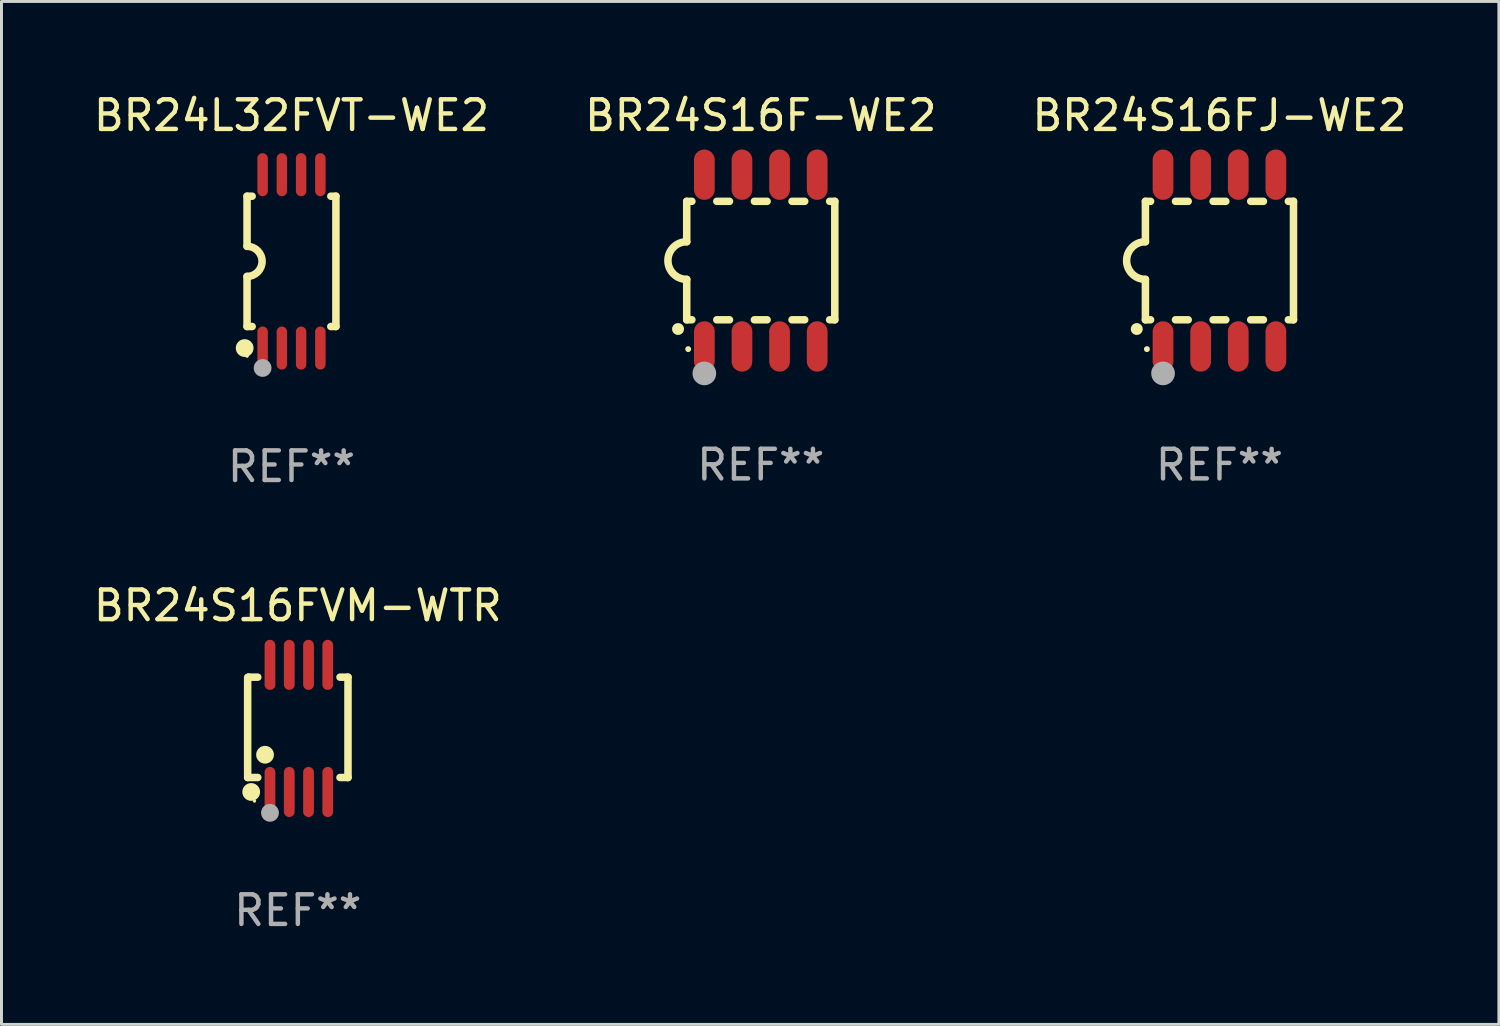
<source format=kicad_pcb>
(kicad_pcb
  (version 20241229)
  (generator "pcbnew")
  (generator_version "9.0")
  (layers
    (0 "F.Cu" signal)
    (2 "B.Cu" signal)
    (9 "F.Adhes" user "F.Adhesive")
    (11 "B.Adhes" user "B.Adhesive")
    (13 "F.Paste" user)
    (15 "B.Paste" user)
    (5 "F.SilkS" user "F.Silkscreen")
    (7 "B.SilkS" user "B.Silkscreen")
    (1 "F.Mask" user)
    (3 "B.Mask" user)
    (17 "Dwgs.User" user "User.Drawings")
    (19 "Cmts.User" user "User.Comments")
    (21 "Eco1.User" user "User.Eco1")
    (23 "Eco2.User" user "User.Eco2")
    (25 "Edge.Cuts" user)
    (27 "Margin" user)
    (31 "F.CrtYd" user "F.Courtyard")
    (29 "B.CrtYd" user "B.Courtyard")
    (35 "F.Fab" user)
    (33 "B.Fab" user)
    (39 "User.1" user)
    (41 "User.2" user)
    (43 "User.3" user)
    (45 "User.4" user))
  (footprint "BR24S16FJ-WE2"
    (layer "F.Cu")
    (at 38.125 5.748)
    (property "Reference" "BR24S16FJ-WE2" (at 0 -4.9 0) (layer "F.SilkS") (effects (font (size 1 1) (thickness 0.15))))
    (attr through_hole)
    (fp_line (start -2.5 -2) (end -2.5 -0.635) (stroke (width 0.254) (type solid)) (layer "F.SilkS"))
    (fp_line (start -2.5 -2) (end -2.326 -2) (stroke (width 0.254) (type solid)) (layer "F.SilkS"))
    (fp_line (start -2.5 2) (end -2.5 0.635) (stroke (width 0.254) (type solid)) (layer "F.SilkS"))
    (fp_line (start -2.5 2) (end -2.326 2) (stroke (width 0.254) (type solid)) (layer "F.SilkS"))
    (fp_line (start -1.484 -2) (end -1.056 -2) (stroke (width 0.254) (type solid)) (layer "F.SilkS"))
    (fp_line (start -1.484 2) (end -1.056 2) (stroke (width 0.254) (type solid)) (layer "F.SilkS"))
    (fp_line (start -0.214 -2) (end 0.214 -2) (stroke (width 0.254) (type solid)) (layer "F.SilkS"))
    (fp_line (start -0.214 2) (end 0.214 2) (stroke (width 0.254) (type solid)) (layer "F.SilkS"))
    (fp_line (start 1.056 -2) (end 1.484 -2) (stroke (width 0.254) (type solid)) (layer "F.SilkS"))
    (fp_line (start 1.056 2) (end 1.484 2) (stroke (width 0.254) (type solid)) (layer "F.SilkS"))
    (fp_line (start 2.326 -2) (end 2.5 -2) (stroke (width 0.254) (type solid)) (layer "F.SilkS"))
    (fp_line (start 2.326 2) (end 2.5 2) (stroke (width 0.254) (type solid)) (layer "F.SilkS"))
    (fp_line (start 2.5 -2) (end 2.5 2) (stroke (width 0.254) (type solid)) (layer "F.SilkS"))
    (fp_arc (start -2.794006 2.311405) (mid -2.792736 2.311401) (end -2.791466 2.311405) (stroke (width 0.4) (type solid)) (layer "F.SilkS"))
    (fp_arc (start -2.5 0.635001) (mid -3.134366 -0.000318) (end -2.499365 -0.635001) (stroke (width 0.254001) (type solid)) (layer "F.SilkS"))
    (fp_circle (center -2.45 2.99) (end -2.4 2.99) (stroke (width 0.1) (type solid)) (fill no) (layer "F.SilkS"))
    (fp_circle (center -1.905 3.81) (end -1.705 3.81) (stroke (width 0.4) (type solid)) (fill no) (layer "F.Fab"))
    (fp_text user "REF**" (at 0 6.9 0) (layer "F.Fab") (effects (font (size 1 1) (thickness 0.15))))
    (pad "1" smd oval (at -1.905 2.9 180) (size 0.7 1.7) (layers "F.Cu" "F.Mask" "F.Paste"))
    (pad "2" smd oval (at -0.635 2.9 180) (size 0.7 1.7) (layers "F.Cu" "F.Mask" "F.Paste"))
    (pad "3" smd oval (at 0.635 2.9 180) (size 0.7 1.7) (layers "F.Cu" "F.Mask" "F.Paste"))
    (pad "4" smd oval (at 1.905 2.9 180) (size 0.7 1.7) (layers "F.Cu" "F.Mask" "F.Paste"))
    (pad "5" smd oval (at 1.905 -2.9 180) (size 0.7 1.7) (layers "F.Cu" "F.Mask" "F.Paste"))
    (pad "6" smd oval (at 0.635 -2.9 180) (size 0.7 1.7) (layers "F.Cu" "F.Mask" "F.Paste"))
    (pad "7" smd oval (at -0.635 -2.9 180) (size 0.7 1.7) (layers "F.Cu" "F.Mask" "F.Paste"))
    (pad "8" smd oval (at -1.905 -2.9 180) (size 0.7 1.7) (layers "F.Cu" "F.Mask" "F.Paste")))
  (footprint "BR24S16F-WE2"
    (layer "F.Cu")
    (at 22.637 5.748)
    (property "Reference" "BR24S16F-WE2" (at 0 -4.9 0) (layer "F.SilkS") (effects (font (size 1 1) (thickness 0.15))))
    (attr through_hole)
    (fp_line (start -2.5 -2) (end -2.5 -0.635) (stroke (width 0.254) (type solid)) (layer "F.SilkS"))
    (fp_line (start -2.5 -2) (end -2.326 -2) (stroke (width 0.254) (type solid)) (layer "F.SilkS"))
    (fp_line (start -2.5 2) (end -2.5 0.635) (stroke (width 0.254) (type solid)) (layer "F.SilkS"))
    (fp_line (start -2.5 2) (end -2.326 2) (stroke (width 0.254) (type solid)) (layer "F.SilkS"))
    (fp_line (start -1.484 -2) (end -1.056 -2) (stroke (width 0.254) (type solid)) (layer "F.SilkS"))
    (fp_line (start -1.484 2) (end -1.056 2) (stroke (width 0.254) (type solid)) (layer "F.SilkS"))
    (fp_line (start -0.214 -2) (end 0.214 -2) (stroke (width 0.254) (type solid)) (layer "F.SilkS"))
    (fp_line (start -0.214 2) (end 0.214 2) (stroke (width 0.254) (type solid)) (layer "F.SilkS"))
    (fp_line (start 1.056 -2) (end 1.484 -2) (stroke (width 0.254) (type solid)) (layer "F.SilkS"))
    (fp_line (start 1.056 2) (end 1.484 2) (stroke (width 0.254) (type solid)) (layer "F.SilkS"))
    (fp_line (start 2.326 -2) (end 2.5 -2) (stroke (width 0.254) (type solid)) (layer "F.SilkS"))
    (fp_line (start 2.326 2) (end 2.5 2) (stroke (width 0.254) (type solid)) (layer "F.SilkS"))
    (fp_line (start 2.5 -2) (end 2.5 2) (stroke (width 0.254) (type solid)) (layer "F.SilkS"))
    (fp_arc (start -2.794006 2.311405) (mid -2.792736 2.311401) (end -2.791466 2.311405) (stroke (width 0.4) (type solid)) (layer "F.SilkS"))
    (fp_arc (start -2.5 0.635001) (mid -3.134366 -0.000318) (end -2.499365 -0.635001) (stroke (width 0.254001) (type solid)) (layer "F.SilkS"))
    (fp_circle (center -2.45 2.99) (end -2.4 2.99) (stroke (width 0.1) (type solid)) (fill no) (layer "F.SilkS"))
    (fp_circle (center -1.905 3.81) (end -1.705 3.81) (stroke (width 0.4) (type solid)) (fill no) (layer "F.Fab"))
    (fp_text user "REF**" (at 0 6.9 0) (layer "F.Fab") (effects (font (size 1 1) (thickness 0.15))))
    (pad "1" smd oval (at -1.905 2.9 180) (size 0.7 1.7) (layers "F.Cu" "F.Mask" "F.Paste"))
    (pad "2" smd oval (at -0.635 2.9 180) (size 0.7 1.7) (layers "F.Cu" "F.Mask" "F.Paste"))
    (pad "3" smd oval (at 0.635 2.9 180) (size 0.7 1.7) (layers "F.Cu" "F.Mask" "F.Paste"))
    (pad "4" smd oval (at 1.905 2.9 180) (size 0.7 1.7) (layers "F.Cu" "F.Mask" "F.Paste"))
    (pad "5" smd oval (at 1.905 -2.9 180) (size 0.7 1.7) (layers "F.Cu" "F.Mask" "F.Paste"))
    (pad "6" smd oval (at 0.635 -2.9 180) (size 0.7 1.7) (layers "F.Cu" "F.Mask" "F.Paste"))
    (pad "7" smd oval (at -0.635 -2.9 180) (size 0.7 1.7) (layers "F.Cu" "F.Mask" "F.Paste"))
    (pad "8" smd oval (at -1.905 -2.9 180) (size 0.7 1.7) (layers "F.Cu" "F.Mask" "F.Paste")))
  (footprint "BR24S16FVM-WTR"
    (layer "F.Cu")
    (at 7.006 21.545)
    (property "Reference" "BR24S16FVM-WTR" (at 0 -4.146 0) (layer "F.SilkS") (effects (font (size 1 1) (thickness 0.15))))
    (attr through_hole)
    (fp_line (start -1.694 -1.724) (end -1.694 1.652) (stroke (width 0.254) (type solid)) (layer "F.SilkS"))
    (fp_line (start -1.694 1.652) (end -1.688 1.658) (stroke (width 0.254) (type solid)) (layer "F.SilkS"))
    (fp_line (start -1.688 1.658) (end -1.353 1.658) (stroke (width 0.254) (type solid)) (layer "F.SilkS"))
    (fp_line (start -1.661 -1.73) (end -1.681 -1.71) (stroke (width 0.254) (type solid)) (layer "F.SilkS"))
    (fp_line (start -1.353 -1.73) (end -1.661 -1.73) (stroke (width 0.254) (type solid)) (layer "F.SilkS"))
    (fp_line (start 1.424 1.658) (end 1.694 1.658) (stroke (width 0.254) (type solid)) (layer "F.SilkS"))
    (fp_line (start 1.694 -1.73) (end 1.424 -1.73) (stroke (width 0.254) (type solid)) (layer "F.SilkS"))
    (fp_line (start 1.694 1.658) (end 1.694 -1.73) (stroke (width 0.254) (type solid)) (layer "F.SilkS"))
    (fp_circle (center -1.574 2.146) (end -1.424 2.146) (stroke (width 0.3) (type solid)) (fill no) (layer "F.SilkS"))
    (fp_circle (center -1.464 2.45) (end -1.434 2.45) (stroke (width 0.06) (type solid)) (fill no) (layer "F.SilkS"))
    (fp_circle (center -1.107 0.889) (end -0.957 0.889) (stroke (width 0.3) (type solid)) (fill no) (layer "F.SilkS"))
    (fp_circle (center -0.94 2.85) (end -0.789 2.85) (stroke (width 0.3) (type solid)) (fill no) (layer "F.Fab"))
    (fp_text user "REF**" (at 0 6.146 0) (layer "F.Fab") (effects (font (size 1 1) (thickness 0.15))))
    (pad "1" smd oval (at -0.94 2.146) (size 0.364 1.692) (layers "F.Cu" "F.Mask" "F.Paste"))
    (pad "2" smd oval (at -0.289 2.146) (size 0.364 1.692) (layers "F.Cu" "F.Mask" "F.Paste"))
    (pad "3" smd oval (at 0.361 2.146) (size 0.364 1.692) (layers "F.Cu" "F.Mask" "F.Paste"))
    (pad "4" smd oval (at 1.011 2.146) (size 0.364 1.692) (layers "F.Cu" "F.Mask" "F.Paste"))
    (pad "5" smd oval (at 1.011 -2.146) (size 0.364 1.692) (layers "F.Cu" "F.Mask" "F.Paste"))
    (pad "6" smd oval (at 0.361 -2.146) (size 0.364 1.692) (layers "F.Cu" "F.Mask" "F.Paste"))
    (pad "7" smd oval (at -0.289 -2.146) (size 0.364 1.692) (layers "F.Cu" "F.Mask" "F.Paste"))
    (pad "8" smd oval (at -0.94 -2.146) (size 0.364 1.692) (layers "F.Cu" "F.Mask" "F.Paste")))
  (footprint "BR24L32FVT-WE2"
    (layer "F.Cu")
    (at 6.792 5.775)
    (property "Reference" "BR24L32FVT-WE2" (at 0 -4.927 0) (layer "F.SilkS") (effects (font (size 1 1) (thickness 0.15))))
    (attr through_hole)
    (fp_line (start -1.5 -2.2) (end -1.5 -0.508) (stroke (width 0.254) (type solid)) (layer "F.SilkS"))
    (fp_line (start -1.5 -2.2) (end -1.328 -2.2) (stroke (width 0.254) (type solid)) (layer "F.SilkS"))
    (fp_line (start -1.5 2.2) (end -1.5 0.508) (stroke (width 0.254) (type solid)) (layer "F.SilkS"))
    (fp_line (start -1.5 2.2) (end -1.328 2.2) (stroke (width 0.254) (type solid)) (layer "F.SilkS"))
    (fp_line (start 1.328 -2.2) (end 1.5 -2.2) (stroke (width 0.254) (type solid)) (layer "F.SilkS"))
    (fp_line (start 1.328 2.2) (end 1.5 2.2) (stroke (width 0.254) (type solid)) (layer "F.SilkS"))
    (fp_line (start 1.5 -2.2) (end 1.5 2.2) (stroke (width 0.254) (type solid)) (layer "F.SilkS"))
    (fp_arc (start -1.501144 -0.508) (mid -0.993143 -0.000571) (end -1.5 0.508001) (stroke (width 0.254001) (type solid)) (layer "F.SilkS"))
    (fp_circle (center -1.581 2.927) (end -1.431 2.927) (stroke (width 0.3) (type solid)) (fill no) (layer "F.SilkS"))
    (fp_circle (center -1.5 3.2) (end -1.47 3.2) (stroke (width 0.06) (type solid)) (fill no) (layer "F.SilkS"))
    (fp_circle (center -0.975 3.6) (end -0.825 3.6) (stroke (width 0.3) (type solid)) (fill no) (layer "F.Fab"))
    (fp_text user "REF**" (at 0 6.927 0) (layer "F.Fab") (effects (font (size 1 1) (thickness 0.15))))
    (pad "1" smd oval (at -0.975 2.927) (size 0.353 1.454) (layers "F.Cu" "F.Mask" "F.Paste"))
    (pad "2" smd oval (at -0.325 2.927) (size 0.353 1.454) (layers "F.Cu" "F.Mask" "F.Paste"))
    (pad "3" smd oval (at 0.325 2.927) (size 0.353 1.454) (layers "F.Cu" "F.Mask" "F.Paste"))
    (pad "4" smd oval (at 0.975 2.927) (size 0.353 1.454) (layers "F.Cu" "F.Mask" "F.Paste"))
    (pad "5" smd oval (at 0.975 -2.927) (size 0.353 1.454) (layers "F.Cu" "F.Mask" "F.Paste"))
    (pad "6" smd oval (at 0.325 -2.927) (size 0.353 1.454) (layers "F.Cu" "F.Mask" "F.Paste"))
    (pad "7" smd oval (at -0.325 -2.927) (size 0.353 1.454) (layers "F.Cu" "F.Mask" "F.Paste"))
    (pad "8" smd oval (at -0.975 -2.927) (size 0.353 1.454) (layers "F.Cu" "F.Mask" "F.Paste")))
  (gr_rect
    (start -3 -3)
    (end 47.56 31.539)
    (stroke (width 0.1) (type default))
    (fill no)
    (layer "Edge.Cuts")))
</source>
